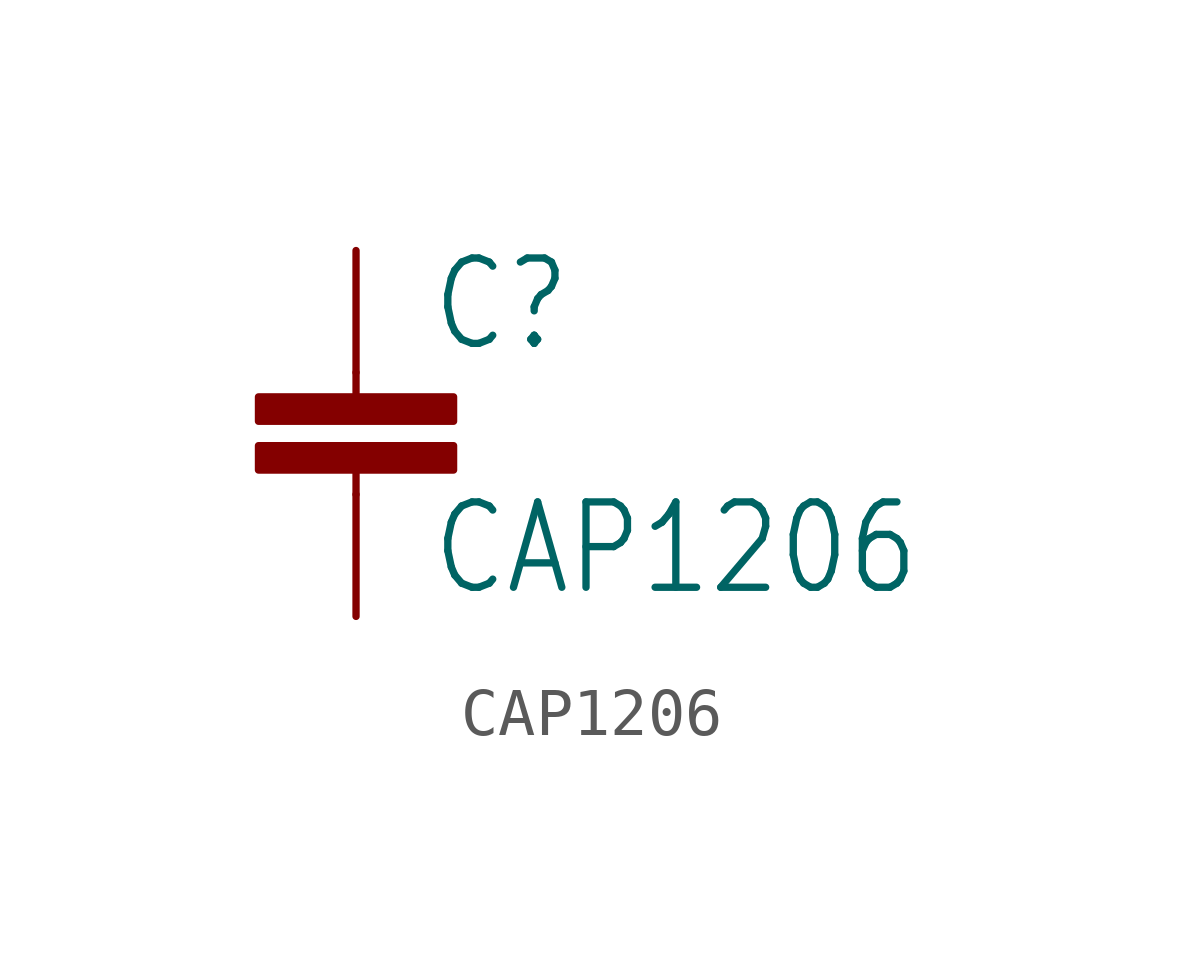
<source format=kicad_sym>
(kicad_symbol_lib
  (version 20220914)
  (generator kicad_symbol_editor)
  (symbol "CAP1206"
    (property "Reference" "C"
      (at 1.524 2.921 0)
      (effects (font (size 1.778 1.511)) (justify left bottom)))
    (property "Value" "CAP1206"
      (at 1.524 -2.159 0)
      (effects (font (size 1.778 1.511)) (justify left bottom)))
    (property "ki_locked" ""
      (at 0 0 0)
      (effects (font (size 1.27 1.27))))
    (symbol "CAP1206_1_0"
      (rectangle (start -2.032 0.508) (end 2.032 1.016) (stroke (width 0) (type default)) (fill (type outline)))
      (rectangle (start -2.032 1.524) (end 2.032 2.032) (stroke (width 0) (type default)) (fill (type outline)))
      (polyline (pts (xy 0 0) (xy 0 0.508)) (stroke (width 0.152) (type default)) (fill (type none)))
      (polyline (pts (xy 0 2.54) (xy 0 2.032)) (stroke (width 0.152) (type default)) (fill (type none)))
      (pin passive line (at 0 5.08 270) (length 2.54) (name "1" (effects (font (size 0 0)))) (number "1" (effects (font (size 0 0)))))
      (pin passive line (at 0 -2.54 90) (length 2.54) (name "2" (effects (font (size 0 0)))) (number "2" (effects (font (size 0 0))))))))
</source>
